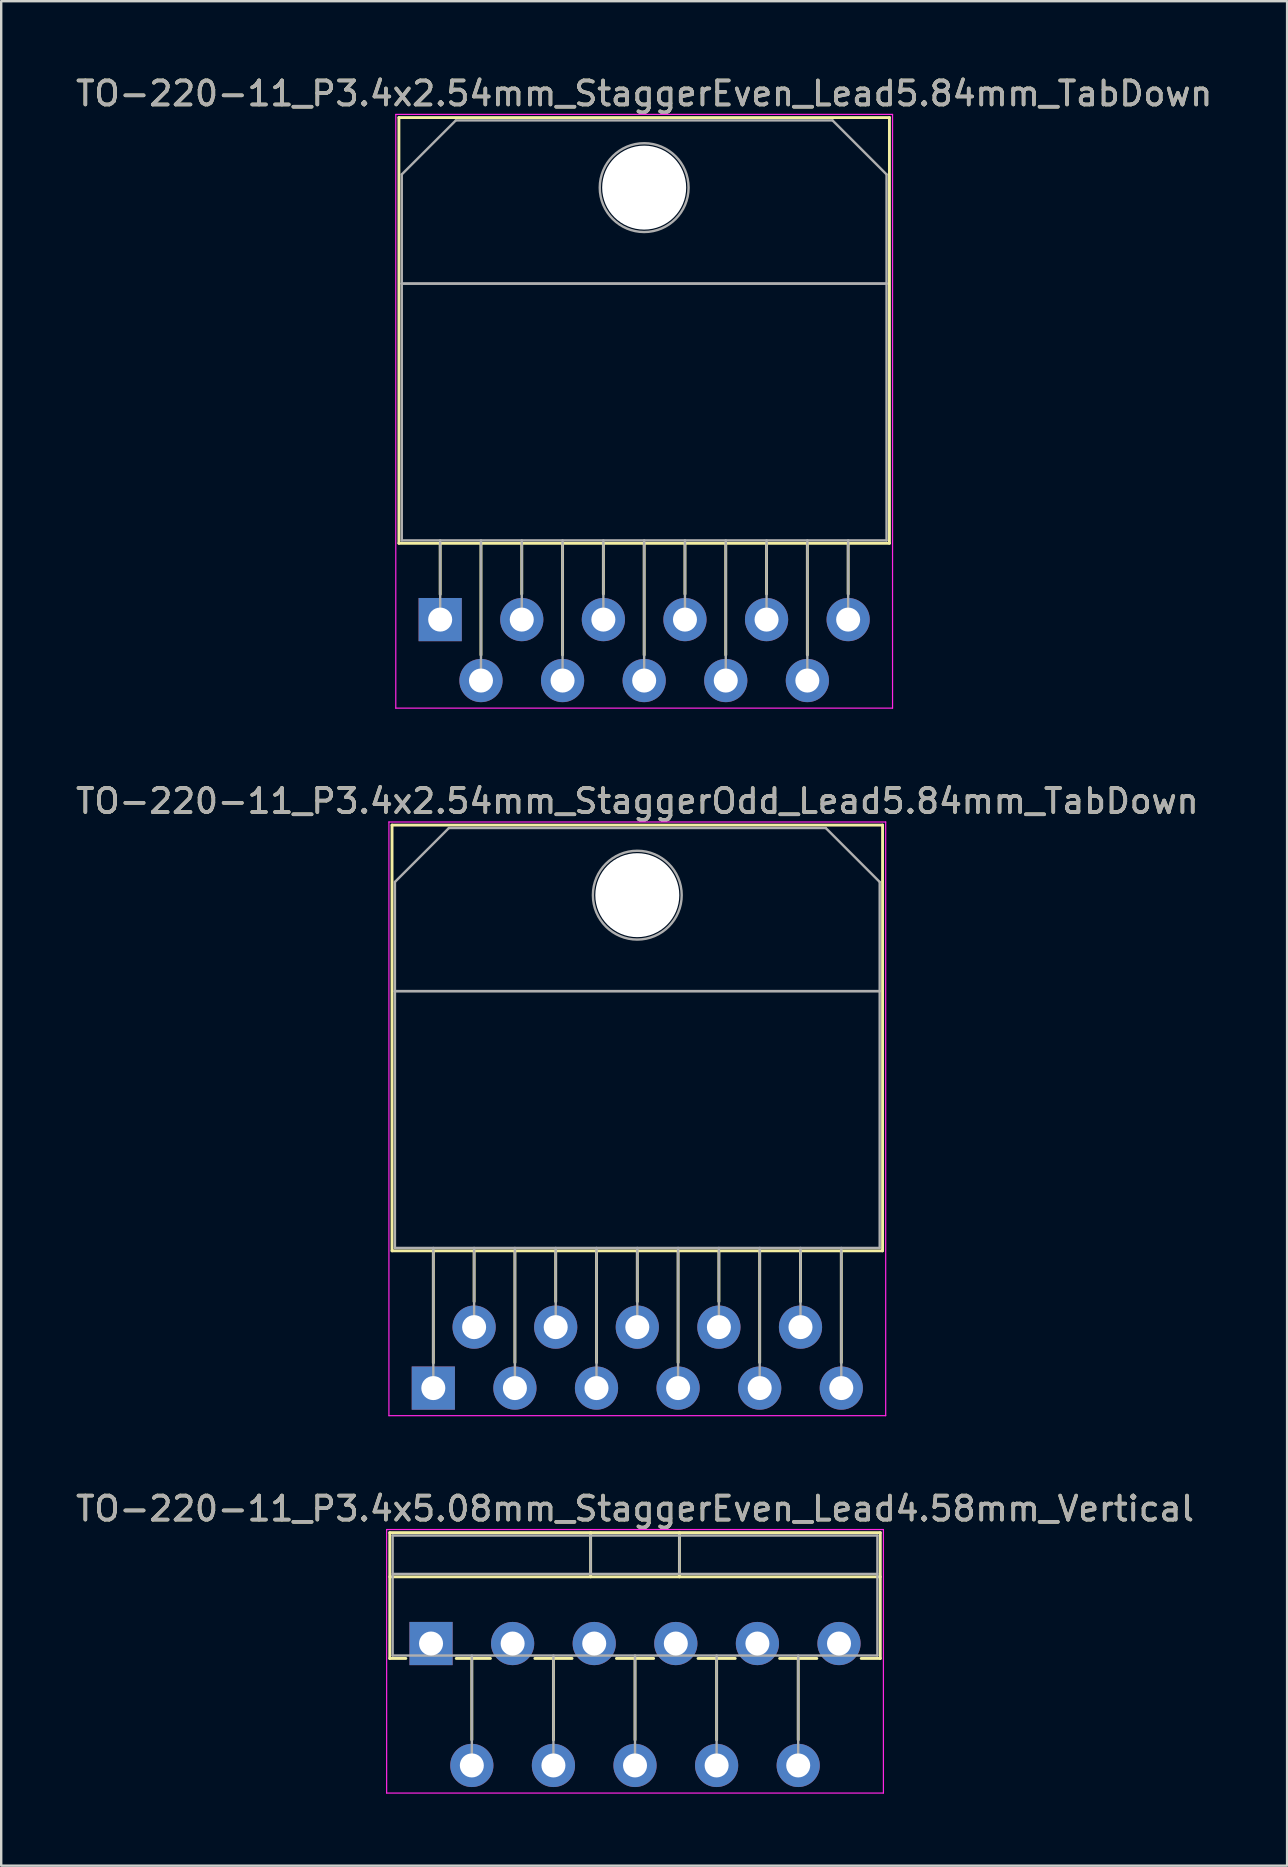
<source format=kicad_pcb>
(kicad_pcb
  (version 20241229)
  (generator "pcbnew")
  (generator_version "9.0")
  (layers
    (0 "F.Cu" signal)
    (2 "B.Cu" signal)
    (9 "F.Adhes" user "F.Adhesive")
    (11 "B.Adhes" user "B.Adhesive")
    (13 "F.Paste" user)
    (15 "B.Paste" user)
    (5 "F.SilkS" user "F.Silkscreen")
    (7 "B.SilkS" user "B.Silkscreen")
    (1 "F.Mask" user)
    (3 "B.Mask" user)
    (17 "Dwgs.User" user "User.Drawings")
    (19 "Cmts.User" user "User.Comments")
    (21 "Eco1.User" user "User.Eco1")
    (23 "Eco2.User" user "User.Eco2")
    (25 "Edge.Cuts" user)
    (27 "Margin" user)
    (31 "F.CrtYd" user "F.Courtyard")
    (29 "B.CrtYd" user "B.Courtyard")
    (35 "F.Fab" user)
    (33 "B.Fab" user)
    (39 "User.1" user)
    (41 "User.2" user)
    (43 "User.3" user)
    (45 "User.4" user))
  (footprint "TO-220-11_P3.4x2.54mm_StaggerEven_Lead5.84mm_TabDown"
    (layer "F.Cu")
    (at 15.292 22.768)
    (property "Reference" "TO-220-11_P3.4x2.54mm_StaggerEven_Lead5.84mm_TabDown" (at 8.5 -21.92 0) (layer "F.SilkS") (effects (font (size 1 1) (thickness 0.15))))
    (attr through_hole)
    (fp_line (start -1.72 -20.92) (end -1.72 -3.18) (stroke (width 0.12) (type solid)) (layer "F.SilkS"))
    (fp_line (start -1.72 -20.92) (end 18.72 -20.92) (stroke (width 0.12) (type solid)) (layer "F.SilkS"))
    (fp_line (start -1.72 -3.18) (end 18.72 -3.18) (stroke (width 0.12) (type solid)) (layer "F.SilkS"))
    (fp_line (start 0 -3.18) (end 0 -1.05) (stroke (width 0.12) (type solid)) (layer "F.SilkS"))
    (fp_line (start 1.7 -3.18) (end 1.7 1.475) (stroke (width 0.12) (type solid)) (layer "F.SilkS"))
    (fp_line (start 3.4 -3.18) (end 3.4 -1.066) (stroke (width 0.12) (type solid)) (layer "F.SilkS"))
    (fp_line (start 5.1 -3.18) (end 5.1 1.475) (stroke (width 0.12) (type solid)) (layer "F.SilkS"))
    (fp_line (start 6.8 -3.18) (end 6.8 -1.066) (stroke (width 0.12) (type solid)) (layer "F.SilkS"))
    (fp_line (start 8.5 -3.18) (end 8.5 1.475) (stroke (width 0.12) (type solid)) (layer "F.SilkS"))
    (fp_line (start 10.2 -3.18) (end 10.2 -1.066) (stroke (width 0.12) (type solid)) (layer "F.SilkS"))
    (fp_line (start 11.9 -3.18) (end 11.9 1.475) (stroke (width 0.12) (type solid)) (layer "F.SilkS"))
    (fp_line (start 13.6 -3.18) (end 13.6 -1.066) (stroke (width 0.12) (type solid)) (layer "F.SilkS"))
    (fp_line (start 15.3 -3.18) (end 15.3 1.475) (stroke (width 0.12) (type solid)) (layer "F.SilkS"))
    (fp_line (start 17 -3.18) (end 17 -1.066) (stroke (width 0.12) (type solid)) (layer "F.SilkS"))
    (fp_line (start 18.72 -20.92) (end 18.72 -3.18) (stroke (width 0.12) (type solid)) (layer "F.SilkS"))
    (fp_line (start -1.85 -21.05) (end -1.85 3.69) (stroke (width 0.05) (type solid)) (layer "F.CrtYd"))
    (fp_line (start -1.85 3.69) (end 18.85 3.69) (stroke (width 0.05) (type solid)) (layer "F.CrtYd"))
    (fp_line (start 18.85 -21.05) (end -1.85 -21.05) (stroke (width 0.05) (type solid)) (layer "F.CrtYd"))
    (fp_line (start 18.85 3.69) (end 18.85 -21.05) (stroke (width 0.05) (type solid)) (layer "F.CrtYd"))
    (fp_line (start -1.6 -18.55) (end 0.651 -20.8) (stroke (width 0.1) (type solid)) (layer "F.Fab"))
    (fp_line (start -1.6 -14) (end -1.6 -18.55) (stroke (width 0.1) (type solid)) (layer "F.Fab"))
    (fp_line (start -1.6 -14) (end 18.6 -14) (stroke (width 0.1) (type solid)) (layer "F.Fab"))
    (fp_line (start -1.6 -3.3) (end -1.6 -14) (stroke (width 0.1) (type solid)) (layer "F.Fab"))
    (fp_line (start 0 -3.3) (end 0 0) (stroke (width 0.1) (type solid)) (layer "F.Fab"))
    (fp_line (start 0.651 -20.8) (end 16.351 -20.8) (stroke (width 0.1) (type solid)) (layer "F.Fab"))
    (fp_line (start 1.7 -3.3) (end 1.7 2.54) (stroke (width 0.1) (type solid)) (layer "F.Fab"))
    (fp_line (start 3.4 -3.3) (end 3.4 0) (stroke (width 0.1) (type solid)) (layer "F.Fab"))
    (fp_line (start 5.1 -3.3) (end 5.1 2.54) (stroke (width 0.1) (type solid)) (layer "F.Fab"))
    (fp_line (start 6.8 -3.3) (end 6.8 0) (stroke (width 0.1) (type solid)) (layer "F.Fab"))
    (fp_line (start 8.5 -3.3) (end 8.5 2.54) (stroke (width 0.1) (type solid)) (layer "F.Fab"))
    (fp_line (start 10.2 -3.3) (end 10.2 0) (stroke (width 0.1) (type solid)) (layer "F.Fab"))
    (fp_line (start 11.9 -3.3) (end 11.9 2.54) (stroke (width 0.1) (type solid)) (layer "F.Fab"))
    (fp_line (start 13.6 -3.3) (end 13.6 0) (stroke (width 0.1) (type solid)) (layer "F.Fab"))
    (fp_line (start 15.3 -3.3) (end 15.3 2.54) (stroke (width 0.1) (type solid)) (layer "F.Fab"))
    (fp_line (start 16.351 -20.8) (end 18.6 -18.55) (stroke (width 0.1) (type solid)) (layer "F.Fab"))
    (fp_line (start 17 -3.3) (end 17 0) (stroke (width 0.1) (type solid)) (layer "F.Fab"))
    (fp_line (start 18.6 -18.55) (end 18.6 -14) (stroke (width 0.1) (type solid)) (layer "F.Fab"))
    (fp_line (start 18.6 -14) (end -1.6 -14) (stroke (width 0.1) (type solid)) (layer "F.Fab"))
    (fp_line (start 18.6 -14) (end 18.6 -3.3) (stroke (width 0.1) (type solid)) (layer "F.Fab"))
    (fp_line (start 18.6 -3.3) (end -1.6 -3.3) (stroke (width 0.1) (type solid)) (layer "F.Fab"))
    (fp_circle (center 8.5 -18) (end 10.35 -18) (stroke (width 0.1) (type solid)) (fill no) (layer "F.Fab"))
    (fp_text user "${REFERENCE}" (at 8.5 -21.92 0) (layer "F.Fab") (effects (font (size 1 1) (thickness 0.15))))
    (pad "" np_thru_hole oval (at 8.5 -18) (size 3.5 3.5) (drill 3.5) (layers "*.Cu" "*.Mask"))
    (pad "1" thru_hole rect (at 0 0) (size 1.8 1.8) (drill 1) (layers "*.Cu" "*.Mask"))
    (pad "2" thru_hole oval (at 1.7 2.54) (size 1.8 1.8) (drill 1) (layers "*.Cu" "*.Mask"))
    (pad "3" thru_hole oval (at 3.4 0) (size 1.8 1.8) (drill 1) (layers "*.Cu" "*.Mask"))
    (pad "4" thru_hole oval (at 5.1 2.54) (size 1.8 1.8) (drill 1) (layers "*.Cu" "*.Mask"))
    (pad "5" thru_hole oval (at 6.8 0) (size 1.8 1.8) (drill 1) (layers "*.Cu" "*.Mask"))
    (pad "6" thru_hole oval (at 8.5 2.54) (size 1.8 1.8) (drill 1) (layers "*.Cu" "*.Mask"))
    (pad "7" thru_hole oval (at 10.2 0) (size 1.8 1.8) (drill 1) (layers "*.Cu" "*.Mask"))
    (pad "8" thru_hole oval (at 11.9 2.54) (size 1.8 1.8) (drill 1) (layers "*.Cu" "*.Mask"))
    (pad "9" thru_hole oval (at 13.6 0) (size 1.8 1.8) (drill 1) (layers "*.Cu" "*.Mask"))
    (pad "10" thru_hole oval (at 15.3 2.54) (size 1.8 1.8) (drill 1) (layers "*.Cu" "*.Mask"))
    (pad "11" thru_hole oval (at 17 0) (size 1.8 1.8) (drill 1) (layers "*.Cu" "*.Mask")))
  (footprint "TO-220-11_P3.4x5.08mm_StaggerEven_Lead4.58mm_Vertical"
    (layer "F.Cu")
    (at 14.911 65.435)
    (property "Reference" "TO-220-11_P3.4x5.08mm_StaggerEven_Lead4.58mm_Vertical" (at 8.5 -5.62 0) (layer "F.SilkS") (effects (font (size 1 1) (thickness 0.15))))
    (attr through_hole)
    (fp_line (start -1.72 -4.62) (end -1.72 0.621) (stroke (width 0.12) (type solid)) (layer "F.SilkS"))
    (fp_line (start -1.72 -4.62) (end 18.72 -4.62) (stroke (width 0.12) (type solid)) (layer "F.SilkS"))
    (fp_line (start -1.72 -2.78) (end 18.72 -2.78) (stroke (width 0.12) (type solid)) (layer "F.SilkS"))
    (fp_line (start -1.72 0.621) (end -1.05 0.621) (stroke (width 0.12) (type solid)) (layer "F.SilkS"))
    (fp_line (start 1.05 0.621) (end 2.476 0.621) (stroke (width 0.12) (type solid)) (layer "F.SilkS"))
    (fp_line (start 1.7 0.621) (end 1.7 4.015) (stroke (width 0.12) (type solid)) (layer "F.SilkS"))
    (fp_line (start 4.325 0.621) (end 5.876 0.621) (stroke (width 0.12) (type solid)) (layer "F.SilkS"))
    (fp_line (start 5.1 0.621) (end 5.1 4.015) (stroke (width 0.12) (type solid)) (layer "F.SilkS"))
    (fp_line (start 6.65 -4.62) (end 6.65 -2.78) (stroke (width 0.12) (type solid)) (layer "F.SilkS"))
    (fp_line (start 7.725 0.621) (end 9.276 0.621) (stroke (width 0.12) (type solid)) (layer "F.SilkS"))
    (fp_line (start 8.5 0.621) (end 8.5 4.015) (stroke (width 0.12) (type solid)) (layer "F.SilkS"))
    (fp_line (start 10.35 -4.62) (end 10.35 -2.78) (stroke (width 0.12) (type solid)) (layer "F.SilkS"))
    (fp_line (start 11.125 0.621) (end 12.676 0.621) (stroke (width 0.12) (type solid)) (layer "F.SilkS"))
    (fp_line (start 11.9 0.621) (end 11.9 4.015) (stroke (width 0.12) (type solid)) (layer "F.SilkS"))
    (fp_line (start 14.525 0.621) (end 16.076 0.621) (stroke (width 0.12) (type solid)) (layer "F.SilkS"))
    (fp_line (start 15.3 0.621) (end 15.3 4.015) (stroke (width 0.12) (type solid)) (layer "F.SilkS"))
    (fp_line (start 17.925 0.621) (end 18.72 0.621) (stroke (width 0.12) (type solid)) (layer "F.SilkS"))
    (fp_line (start 18.72 -4.62) (end 18.72 0.621) (stroke (width 0.12) (type solid)) (layer "F.SilkS"))
    (fp_line (start -1.85 -4.75) (end -1.85 6.23) (stroke (width 0.05) (type solid)) (layer "F.CrtYd"))
    (fp_line (start -1.85 6.23) (end 18.85 6.23) (stroke (width 0.05) (type solid)) (layer "F.CrtYd"))
    (fp_line (start 18.85 -4.75) (end -1.85 -4.75) (stroke (width 0.05) (type solid)) (layer "F.CrtYd"))
    (fp_line (start 18.85 6.23) (end 18.85 -4.75) (stroke (width 0.05) (type solid)) (layer "F.CrtYd"))
    (fp_line (start -1.6 -4.5) (end -1.6 0.5) (stroke (width 0.1) (type solid)) (layer "F.Fab"))
    (fp_line (start -1.6 -2.9) (end 18.6 -2.9) (stroke (width 0.1) (type solid)) (layer "F.Fab"))
    (fp_line (start -1.6 0.5) (end 18.6 0.5) (stroke (width 0.1) (type solid)) (layer "F.Fab"))
    (fp_line (start 1.7 0.5) (end 1.7 5.08) (stroke (width 0.1) (type solid)) (layer "F.Fab"))
    (fp_line (start 5.1 0.5) (end 5.1 5.08) (stroke (width 0.1) (type solid)) (layer "F.Fab"))
    (fp_line (start 6.65 -4.5) (end 6.65 -2.9) (stroke (width 0.1) (type solid)) (layer "F.Fab"))
    (fp_line (start 8.5 0.5) (end 8.5 5.08) (stroke (width 0.1) (type solid)) (layer "F.Fab"))
    (fp_line (start 10.35 -4.5) (end 10.35 -2.9) (stroke (width 0.1) (type solid)) (layer "F.Fab"))
    (fp_line (start 11.9 0.5) (end 11.9 5.08) (stroke (width 0.1) (type solid)) (layer "F.Fab"))
    (fp_line (start 15.3 0.5) (end 15.3 5.08) (stroke (width 0.1) (type solid)) (layer "F.Fab"))
    (fp_line (start 18.6 -4.5) (end -1.6 -4.5) (stroke (width 0.1) (type solid)) (layer "F.Fab"))
    (fp_line (start 18.6 0.5) (end 18.6 -4.5) (stroke (width 0.1) (type solid)) (layer "F.Fab"))
    (fp_text user "${REFERENCE}" (at 8.5 -5.62 0) (layer "F.Fab") (effects (font (size 1 1) (thickness 0.15))))
    (pad "1" thru_hole rect (at 0 0) (size 1.8 1.8) (drill 1) (layers "*.Cu" "*.Mask"))
    (pad "2" thru_hole oval (at 1.7 5.08) (size 1.8 1.8) (drill 1) (layers "*.Cu" "*.Mask"))
    (pad "3" thru_hole oval (at 3.4 0) (size 1.8 1.8) (drill 1) (layers "*.Cu" "*.Mask"))
    (pad "4" thru_hole oval (at 5.1 5.08) (size 1.8 1.8) (drill 1) (layers "*.Cu" "*.Mask"))
    (pad "5" thru_hole oval (at 6.8 0) (size 1.8 1.8) (drill 1) (layers "*.Cu" "*.Mask"))
    (pad "6" thru_hole oval (at 8.5 5.08) (size 1.8 1.8) (drill 1) (layers "*.Cu" "*.Mask"))
    (pad "7" thru_hole oval (at 10.2 0) (size 1.8 1.8) (drill 1) (layers "*.Cu" "*.Mask"))
    (pad "8" thru_hole oval (at 11.9 5.08) (size 1.8 1.8) (drill 1) (layers "*.Cu" "*.Mask"))
    (pad "9" thru_hole oval (at 13.6 0) (size 1.8 1.8) (drill 1) (layers "*.Cu" "*.Mask"))
    (pad "10" thru_hole oval (at 15.3 5.08) (size 1.8 1.8) (drill 1) (layers "*.Cu" "*.Mask"))
    (pad "11" thru_hole oval (at 17 0) (size 1.8 1.8) (drill 1) (layers "*.Cu" "*.Mask")))
  (footprint "TO-220-11_P3.4x2.54mm_StaggerOdd_Lead5.84mm_TabDown"
    (layer "F.Cu")
    (at 15.006 54.791)
    (property "Reference" "TO-220-11_P3.4x2.54mm_StaggerOdd_Lead5.84mm_TabDown" (at 8.5 -24.46 0) (layer "F.SilkS") (effects (font (size 1 1) (thickness 0.15))))
    (attr through_hole)
    (fp_line (start -1.72 -23.46) (end -1.72 -5.72) (stroke (width 0.12) (type solid)) (layer "F.SilkS"))
    (fp_line (start -1.72 -23.46) (end 18.72 -23.46) (stroke (width 0.12) (type solid)) (layer "F.SilkS"))
    (fp_line (start -1.72 -5.72) (end 18.72 -5.72) (stroke (width 0.12) (type solid)) (layer "F.SilkS"))
    (fp_line (start 0 -5.72) (end 0 -1.05) (stroke (width 0.12) (type solid)) (layer "F.SilkS"))
    (fp_line (start 1.7 -5.72) (end 1.7 -3.606) (stroke (width 0.12) (type solid)) (layer "F.SilkS"))
    (fp_line (start 3.4 -5.72) (end 3.4 -1.065) (stroke (width 0.12) (type solid)) (layer "F.SilkS"))
    (fp_line (start 5.1 -5.72) (end 5.1 -3.606) (stroke (width 0.12) (type solid)) (layer "F.SilkS"))
    (fp_line (start 6.8 -5.72) (end 6.8 -1.065) (stroke (width 0.12) (type solid)) (layer "F.SilkS"))
    (fp_line (start 8.5 -5.72) (end 8.5 -3.606) (stroke (width 0.12) (type solid)) (layer "F.SilkS"))
    (fp_line (start 10.2 -5.72) (end 10.2 -1.065) (stroke (width 0.12) (type solid)) (layer "F.SilkS"))
    (fp_line (start 11.9 -5.72) (end 11.9 -3.606) (stroke (width 0.12) (type solid)) (layer "F.SilkS"))
    (fp_line (start 13.6 -5.72) (end 13.6 -1.065) (stroke (width 0.12) (type solid)) (layer "F.SilkS"))
    (fp_line (start 15.3 -5.72) (end 15.3 -3.606) (stroke (width 0.12) (type solid)) (layer "F.SilkS"))
    (fp_line (start 17 -5.72) (end 17 -1.065) (stroke (width 0.12) (type solid)) (layer "F.SilkS"))
    (fp_line (start 18.72 -23.46) (end 18.72 -5.72) (stroke (width 0.12) (type solid)) (layer "F.SilkS"))
    (fp_line (start -1.85 -23.59) (end -1.85 1.15) (stroke (width 0.05) (type solid)) (layer "F.CrtYd"))
    (fp_line (start -1.85 1.15) (end 18.85 1.15) (stroke (width 0.05) (type solid)) (layer "F.CrtYd"))
    (fp_line (start 18.85 -23.59) (end -1.85 -23.59) (stroke (width 0.05) (type solid)) (layer "F.CrtYd"))
    (fp_line (start 18.85 1.15) (end 18.85 -23.59) (stroke (width 0.05) (type solid)) (layer "F.CrtYd"))
    (fp_line (start -1.6 -21.09) (end 0.651 -23.34) (stroke (width 0.1) (type solid)) (layer "F.Fab"))
    (fp_line (start -1.6 -16.54) (end -1.6 -21.09) (stroke (width 0.1) (type solid)) (layer "F.Fab"))
    (fp_line (start -1.6 -16.54) (end 18.6 -16.54) (stroke (width 0.1) (type solid)) (layer "F.Fab"))
    (fp_line (start -1.6 -5.84) (end -1.6 -16.54) (stroke (width 0.1) (type solid)) (layer "F.Fab"))
    (fp_line (start 0 -5.84) (end 0 0) (stroke (width 0.1) (type solid)) (layer "F.Fab"))
    (fp_line (start 0.651 -23.34) (end 16.351 -23.34) (stroke (width 0.1) (type solid)) (layer "F.Fab"))
    (fp_line (start 1.7 -5.84) (end 1.7 -2.54) (stroke (width 0.1) (type solid)) (layer "F.Fab"))
    (fp_line (start 3.4 -5.84) (end 3.4 0) (stroke (width 0.1) (type solid)) (layer "F.Fab"))
    (fp_line (start 5.1 -5.84) (end 5.1 -2.54) (stroke (width 0.1) (type solid)) (layer "F.Fab"))
    (fp_line (start 6.8 -5.84) (end 6.8 0) (stroke (width 0.1) (type solid)) (layer "F.Fab"))
    (fp_line (start 8.5 -5.84) (end 8.5 -2.54) (stroke (width 0.1) (type solid)) (layer "F.Fab"))
    (fp_line (start 10.2 -5.84) (end 10.2 0) (stroke (width 0.1) (type solid)) (layer "F.Fab"))
    (fp_line (start 11.9 -5.84) (end 11.9 -2.54) (stroke (width 0.1) (type solid)) (layer "F.Fab"))
    (fp_line (start 13.6 -5.84) (end 13.6 0) (stroke (width 0.1) (type solid)) (layer "F.Fab"))
    (fp_line (start 15.3 -5.84) (end 15.3 -2.54) (stroke (width 0.1) (type solid)) (layer "F.Fab"))
    (fp_line (start 16.351 -23.34) (end 18.6 -21.09) (stroke (width 0.1) (type solid)) (layer "F.Fab"))
    (fp_line (start 17 -5.84) (end 17 0) (stroke (width 0.1) (type solid)) (layer "F.Fab"))
    (fp_line (start 18.6 -21.09) (end 18.6 -16.54) (stroke (width 0.1) (type solid)) (layer "F.Fab"))
    (fp_line (start 18.6 -16.54) (end -1.6 -16.54) (stroke (width 0.1) (type solid)) (layer "F.Fab"))
    (fp_line (start 18.6 -16.54) (end 18.6 -5.84) (stroke (width 0.1) (type solid)) (layer "F.Fab"))
    (fp_line (start 18.6 -5.84) (end -1.6 -5.84) (stroke (width 0.1) (type solid)) (layer "F.Fab"))
    (fp_circle (center 8.5 -20.54) (end 10.35 -20.54) (stroke (width 0.1) (type solid)) (fill no) (layer "F.Fab"))
    (fp_text user "${REFERENCE}" (at 8.5 -24.46 0) (layer "F.Fab") (effects (font (size 1 1) (thickness 0.15))))
    (pad "" np_thru_hole oval (at 8.5 -20.54) (size 3.5 3.5) (drill 3.5) (layers "*.Cu" "*.Mask"))
    (pad "1" thru_hole rect (at 0 0) (size 1.8 1.8) (drill 1) (layers "*.Cu" "*.Mask"))
    (pad "2" thru_hole oval (at 1.7 -2.54) (size 1.8 1.8) (drill 1) (layers "*.Cu" "*.Mask"))
    (pad "3" thru_hole oval (at 3.4 0) (size 1.8 1.8) (drill 1) (layers "*.Cu" "*.Mask"))
    (pad "4" thru_hole oval (at 5.1 -2.54) (size 1.8 1.8) (drill 1) (layers "*.Cu" "*.Mask"))
    (pad "5" thru_hole oval (at 6.8 0) (size 1.8 1.8) (drill 1) (layers "*.Cu" "*.Mask"))
    (pad "6" thru_hole oval (at 8.5 -2.54) (size 1.8 1.8) (drill 1) (layers "*.Cu" "*.Mask"))
    (pad "7" thru_hole oval (at 10.2 0) (size 1.8 1.8) (drill 1) (layers "*.Cu" "*.Mask"))
    (pad "8" thru_hole oval (at 11.9 -2.54) (size 1.8 1.8) (drill 1) (layers "*.Cu" "*.Mask"))
    (pad "9" thru_hole oval (at 13.6 0) (size 1.8 1.8) (drill 1) (layers "*.Cu" "*.Mask"))
    (pad "10" thru_hole oval (at 15.3 -2.54) (size 1.8 1.8) (drill 1) (layers "*.Cu" "*.Mask"))
    (pad "11" thru_hole oval (at 17 0) (size 1.8 1.8) (drill 1) (layers "*.Cu" "*.Mask")))
  (gr_rect
    (start -3 -3)
    (end 50.583 74.69)
    (stroke (width 0.1) (type default))
    (fill no)
    (layer "Edge.Cuts")))
</source>
